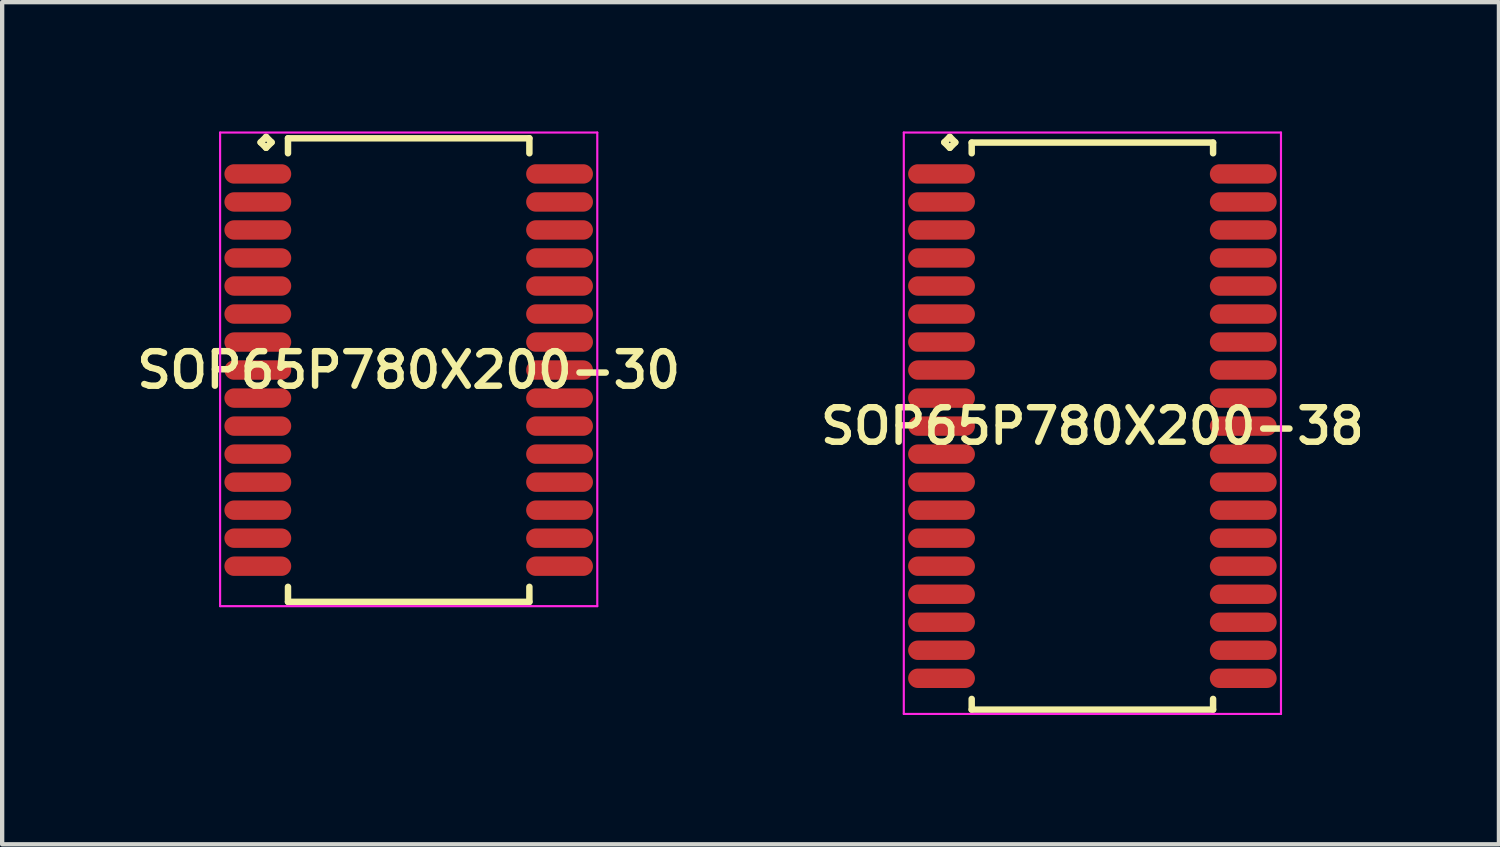
<source format=kicad_pcb>
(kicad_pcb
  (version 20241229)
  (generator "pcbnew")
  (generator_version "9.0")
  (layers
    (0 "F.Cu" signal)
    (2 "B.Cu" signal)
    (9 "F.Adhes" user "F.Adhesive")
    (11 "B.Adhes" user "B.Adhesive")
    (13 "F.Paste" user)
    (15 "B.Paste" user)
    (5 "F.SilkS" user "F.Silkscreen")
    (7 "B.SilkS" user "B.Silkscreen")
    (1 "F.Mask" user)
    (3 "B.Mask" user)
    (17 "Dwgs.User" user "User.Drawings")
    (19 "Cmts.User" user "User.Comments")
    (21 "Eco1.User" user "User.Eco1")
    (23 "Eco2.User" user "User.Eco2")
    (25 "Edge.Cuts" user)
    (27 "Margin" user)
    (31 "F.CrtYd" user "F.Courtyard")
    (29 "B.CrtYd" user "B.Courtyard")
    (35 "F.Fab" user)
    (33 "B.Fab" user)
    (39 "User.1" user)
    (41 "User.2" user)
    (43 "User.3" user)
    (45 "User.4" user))
  (footprint "SOP65P780X200-38"
    (layer "F.Cu")
    (at 22.292 6.835)
    (property "Reference" "SOP65P780X200-38" (at 0 0 0) (layer "F.SilkS") (effects (font (size 0.8 0.8) (thickness 0.15))))
    (attr smd)
    (fp_line (start -3.435 -6.583) (end -3.308 -6.71) (stroke (width 0.15) (type solid)) (layer "F.SilkS"))
    (fp_line (start -3.308 -6.71) (end -3.181 -6.583) (stroke (width 0.15) (type solid)) (layer "F.SilkS"))
    (fp_line (start -3.308 -6.456) (end -3.435 -6.583) (stroke (width 0.15) (type solid)) (layer "F.SilkS"))
    (fp_line (start -3.181 -6.583) (end -3.308 -6.456) (stroke (width 0.15) (type solid)) (layer "F.SilkS"))
    (fp_line (start -2.8 -6.577) (end 2.8 -6.577) (stroke (width 0.15) (type solid)) (layer "F.SilkS"))
    (fp_line (start -2.8 -6.329) (end -2.8 -6.577) (stroke (width 0.15) (type solid)) (layer "F.SilkS"))
    (fp_line (start -2.8 6.329) (end -2.8 6.577) (stroke (width 0.15) (type solid)) (layer "F.SilkS"))
    (fp_line (start -2.8 6.577) (end 2.8 6.577) (stroke (width 0.15) (type solid)) (layer "F.SilkS"))
    (fp_line (start 2.8 -6.577) (end 2.8 -6.329) (stroke (width 0.15) (type solid)) (layer "F.SilkS"))
    (fp_line (start 2.8 6.577) (end 2.8 6.329) (stroke (width 0.15) (type solid)) (layer "F.SilkS"))
    (fp_line (start -4.375 -6.81) (end 4.375 -6.81) (stroke (width 0.05) (type solid)) (layer "F.CrtYd"))
    (fp_line (start -4.375 6.677) (end -4.375 -6.81) (stroke (width 0.05) (type solid)) (layer "F.CrtYd"))
    (fp_line (start 4.375 -6.81) (end 4.375 6.677) (stroke (width 0.05) (type solid)) (layer "F.CrtYd"))
    (fp_line (start 4.375 6.677) (end -4.375 6.677) (stroke (width 0.05) (type solid)) (layer "F.CrtYd"))
    (pad "1" smd oval (at -3.5 -5.85) (size 1.55 0.45) (layers "F.Cu" "F.Mask" "F.Paste"))
    (pad "2" smd oval (at -3.5 -5.2) (size 1.55 0.45) (layers "F.Cu" "F.Mask" "F.Paste"))
    (pad "3" smd oval (at -3.5 -4.55) (size 1.55 0.45) (layers "F.Cu" "F.Mask" "F.Paste"))
    (pad "4" smd oval (at -3.5 -3.9) (size 1.55 0.45) (layers "F.Cu" "F.Mask" "F.Paste"))
    (pad "5" smd oval (at -3.5 -3.25) (size 1.55 0.45) (layers "F.Cu" "F.Mask" "F.Paste"))
    (pad "6" smd oval (at -3.5 -2.6) (size 1.55 0.45) (layers "F.Cu" "F.Mask" "F.Paste"))
    (pad "7" smd oval (at -3.5 -1.95) (size 1.55 0.45) (layers "F.Cu" "F.Mask" "F.Paste"))
    (pad "8" smd oval (at -3.5 -1.3) (size 1.55 0.45) (layers "F.Cu" "F.Mask" "F.Paste"))
    (pad "9" smd oval (at -3.5 -0.65) (size 1.55 0.45) (layers "F.Cu" "F.Mask" "F.Paste"))
    (pad "10" smd oval (at -3.5 0) (size 1.55 0.45) (layers "F.Cu" "F.Mask" "F.Paste"))
    (pad "11" smd oval (at -3.5 0.65) (size 1.55 0.45) (layers "F.Cu" "F.Mask" "F.Paste"))
    (pad "12" smd oval (at -3.5 1.3) (size 1.55 0.45) (layers "F.Cu" "F.Mask" "F.Paste"))
    (pad "13" smd oval (at -3.5 1.95) (size 1.55 0.45) (layers "F.Cu" "F.Mask" "F.Paste"))
    (pad "14" smd oval (at -3.5 2.6) (size 1.55 0.45) (layers "F.Cu" "F.Mask" "F.Paste"))
    (pad "15" smd oval (at -3.5 3.25) (size 1.55 0.45) (layers "F.Cu" "F.Mask" "F.Paste"))
    (pad "16" smd oval (at -3.5 3.9) (size 1.55 0.45) (layers "F.Cu" "F.Mask" "F.Paste"))
    (pad "17" smd oval (at -3.5 4.55) (size 1.55 0.45) (layers "F.Cu" "F.Mask" "F.Paste"))
    (pad "18" smd oval (at -3.5 5.2) (size 1.55 0.45) (layers "F.Cu" "F.Mask" "F.Paste"))
    (pad "19" smd oval (at -3.5 5.85) (size 1.55 0.45) (layers "F.Cu" "F.Mask" "F.Paste"))
    (pad "20" smd oval (at 3.5 5.85) (size 1.55 0.45) (layers "F.Cu" "F.Mask" "F.Paste"))
    (pad "21" smd oval (at 3.5 5.2) (size 1.55 0.45) (layers "F.Cu" "F.Mask" "F.Paste"))
    (pad "22" smd oval (at 3.5 4.55) (size 1.55 0.45) (layers "F.Cu" "F.Mask" "F.Paste"))
    (pad "23" smd oval (at 3.5 3.9) (size 1.55 0.45) (layers "F.Cu" "F.Mask" "F.Paste"))
    (pad "24" smd oval (at 3.5 3.25) (size 1.55 0.45) (layers "F.Cu" "F.Mask" "F.Paste"))
    (pad "25" smd oval (at 3.5 2.6) (size 1.55 0.45) (layers "F.Cu" "F.Mask" "F.Paste"))
    (pad "26" smd oval (at 3.5 1.95) (size 1.55 0.45) (layers "F.Cu" "F.Mask" "F.Paste"))
    (pad "27" smd oval (at 3.5 1.3) (size 1.55 0.45) (layers "F.Cu" "F.Mask" "F.Paste"))
    (pad "28" smd oval (at 3.5 0.65) (size 1.55 0.45) (layers "F.Cu" "F.Mask" "F.Paste"))
    (pad "29" smd oval (at 3.5 0) (size 1.55 0.45) (layers "F.Cu" "F.Mask" "F.Paste"))
    (pad "30" smd oval (at 3.5 -0.65) (size 1.55 0.45) (layers "F.Cu" "F.Mask" "F.Paste"))
    (pad "31" smd oval (at 3.5 -1.3) (size 1.55 0.45) (layers "F.Cu" "F.Mask" "F.Paste"))
    (pad "32" smd oval (at 3.5 -1.95) (size 1.55 0.45) (layers "F.Cu" "F.Mask" "F.Paste"))
    (pad "33" smd oval (at 3.5 -2.6) (size 1.55 0.45) (layers "F.Cu" "F.Mask" "F.Paste"))
    (pad "34" smd oval (at 3.5 -3.25) (size 1.55 0.45) (layers "F.Cu" "F.Mask" "F.Paste"))
    (pad "35" smd oval (at 3.5 -3.9) (size 1.55 0.45) (layers "F.Cu" "F.Mask" "F.Paste"))
    (pad "36" smd oval (at 3.5 -4.55) (size 1.55 0.45) (layers "F.Cu" "F.Mask" "F.Paste"))
    (pad "37" smd oval (at 3.5 -5.2) (size 1.55 0.45) (layers "F.Cu" "F.Mask" "F.Paste"))
    (pad "38" smd oval (at 3.5 -5.85) (size 1.55 0.45) (layers "F.Cu" "F.Mask" "F.Paste")))
  (footprint "SOP65P780X200-30"
    (layer "F.Cu")
    (at 6.431 5.535)
    (property "Reference" "SOP65P780X200-30" (at 0 0 0) (layer "F.SilkS") (effects (font (size 0.8 0.8) (thickness 0.15))))
    (attr smd)
    (fp_line (start -3.435 -5.283) (end -3.308 -5.41) (stroke (width 0.15) (type solid)) (layer "F.SilkS"))
    (fp_line (start -3.308 -5.41) (end -3.181 -5.283) (stroke (width 0.15) (type solid)) (layer "F.SilkS"))
    (fp_line (start -3.308 -5.156) (end -3.435 -5.283) (stroke (width 0.15) (type solid)) (layer "F.SilkS"))
    (fp_line (start -3.181 -5.283) (end -3.308 -5.156) (stroke (width 0.15) (type solid)) (layer "F.SilkS"))
    (fp_line (start -2.8 -5.377) (end 2.8 -5.377) (stroke (width 0.15) (type solid)) (layer "F.SilkS"))
    (fp_line (start -2.8 -5.029) (end -2.8 -5.377) (stroke (width 0.15) (type solid)) (layer "F.SilkS"))
    (fp_line (start -2.8 5.029) (end -2.8 5.377) (stroke (width 0.15) (type solid)) (layer "F.SilkS"))
    (fp_line (start -2.8 5.377) (end 2.8 5.377) (stroke (width 0.15) (type solid)) (layer "F.SilkS"))
    (fp_line (start 2.8 -5.377) (end 2.8 -5.029) (stroke (width 0.15) (type solid)) (layer "F.SilkS"))
    (fp_line (start 2.8 5.377) (end 2.8 5.029) (stroke (width 0.15) (type solid)) (layer "F.SilkS"))
    (fp_line (start -4.375 -5.51) (end 4.375 -5.51) (stroke (width 0.05) (type solid)) (layer "F.CrtYd"))
    (fp_line (start -4.375 5.477) (end -4.375 -5.51) (stroke (width 0.05) (type solid)) (layer "F.CrtYd"))
    (fp_line (start 4.375 -5.51) (end 4.375 5.477) (stroke (width 0.05) (type solid)) (layer "F.CrtYd"))
    (fp_line (start 4.375 5.477) (end -4.375 5.477) (stroke (width 0.05) (type solid)) (layer "F.CrtYd"))
    (pad "1" smd oval (at -3.5 -4.55) (size 1.55 0.45) (layers "F.Cu" "F.Mask" "F.Paste"))
    (pad "2" smd oval (at -3.5 -3.9) (size 1.55 0.45) (layers "F.Cu" "F.Mask" "F.Paste"))
    (pad "3" smd oval (at -3.5 -3.25) (size 1.55 0.45) (layers "F.Cu" "F.Mask" "F.Paste"))
    (pad "4" smd oval (at -3.5 -2.6) (size 1.55 0.45) (layers "F.Cu" "F.Mask" "F.Paste"))
    (pad "5" smd oval (at -3.5 -1.95) (size 1.55 0.45) (layers "F.Cu" "F.Mask" "F.Paste"))
    (pad "6" smd oval (at -3.5 -1.3) (size 1.55 0.45) (layers "F.Cu" "F.Mask" "F.Paste"))
    (pad "7" smd oval (at -3.5 -0.65) (size 1.55 0.45) (layers "F.Cu" "F.Mask" "F.Paste"))
    (pad "8" smd oval (at -3.5 0) (size 1.55 0.45) (layers "F.Cu" "F.Mask" "F.Paste"))
    (pad "9" smd oval (at -3.5 0.65) (size 1.55 0.45) (layers "F.Cu" "F.Mask" "F.Paste"))
    (pad "10" smd oval (at -3.5 1.3) (size 1.55 0.45) (layers "F.Cu" "F.Mask" "F.Paste"))
    (pad "11" smd oval (at -3.5 1.95) (size 1.55 0.45) (layers "F.Cu" "F.Mask" "F.Paste"))
    (pad "12" smd oval (at -3.5 2.6) (size 1.55 0.45) (layers "F.Cu" "F.Mask" "F.Paste"))
    (pad "13" smd oval (at -3.5 3.25) (size 1.55 0.45) (layers "F.Cu" "F.Mask" "F.Paste"))
    (pad "14" smd oval (at -3.5 3.9) (size 1.55 0.45) (layers "F.Cu" "F.Mask" "F.Paste"))
    (pad "15" smd oval (at -3.5 4.55) (size 1.55 0.45) (layers "F.Cu" "F.Mask" "F.Paste"))
    (pad "16" smd oval (at 3.5 4.55) (size 1.55 0.45) (layers "F.Cu" "F.Mask" "F.Paste"))
    (pad "17" smd oval (at 3.5 3.9) (size 1.55 0.45) (layers "F.Cu" "F.Mask" "F.Paste"))
    (pad "18" smd oval (at 3.5 3.25) (size 1.55 0.45) (layers "F.Cu" "F.Mask" "F.Paste"))
    (pad "19" smd oval (at 3.5 2.6) (size 1.55 0.45) (layers "F.Cu" "F.Mask" "F.Paste"))
    (pad "20" smd oval (at 3.5 1.95) (size 1.55 0.45) (layers "F.Cu" "F.Mask" "F.Paste"))
    (pad "21" smd oval (at 3.5 1.3) (size 1.55 0.45) (layers "F.Cu" "F.Mask" "F.Paste"))
    (pad "22" smd oval (at 3.5 0.65) (size 1.55 0.45) (layers "F.Cu" "F.Mask" "F.Paste"))
    (pad "23" smd oval (at 3.5 0) (size 1.55 0.45) (layers "F.Cu" "F.Mask" "F.Paste"))
    (pad "24" smd oval (at 3.5 -0.65) (size 1.55 0.45) (layers "F.Cu" "F.Mask" "F.Paste"))
    (pad "25" smd oval (at 3.5 -1.3) (size 1.55 0.45) (layers "F.Cu" "F.Mask" "F.Paste"))
    (pad "26" smd oval (at 3.5 -1.95) (size 1.55 0.45) (layers "F.Cu" "F.Mask" "F.Paste"))
    (pad "27" smd oval (at 3.5 -2.6) (size 1.55 0.45) (layers "F.Cu" "F.Mask" "F.Paste"))
    (pad "28" smd oval (at 3.5 -3.25) (size 1.55 0.45) (layers "F.Cu" "F.Mask" "F.Paste"))
    (pad "29" smd oval (at 3.5 -3.9) (size 1.55 0.45) (layers "F.Cu" "F.Mask" "F.Paste"))
    (pad "30" smd oval (at 3.5 -4.55) (size 1.55 0.45) (layers "F.Cu" "F.Mask" "F.Paste")))
  (gr_rect
    (start -3 -3)
    (end 31.723 16.537)
    (stroke (width 0.1) (type default))
    (fill no)
    (layer "Edge.Cuts")))
</source>
